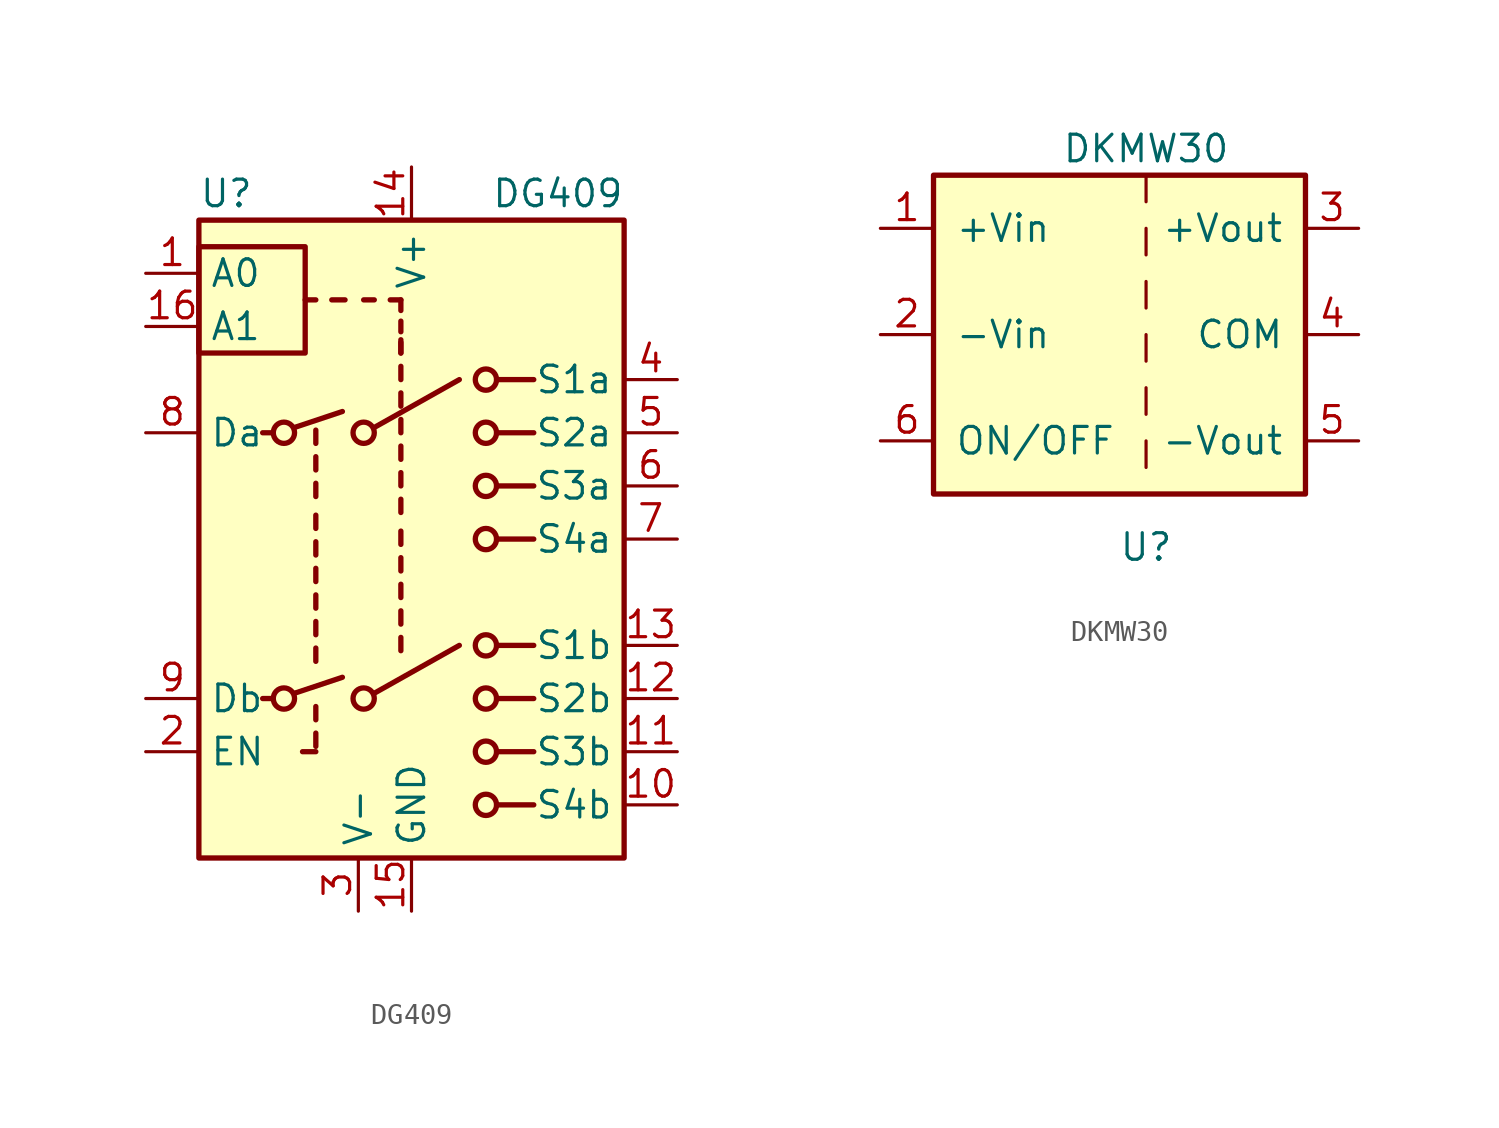
<source format=kicad_sym>
(kicad_symbol_lib
  (version 20231120)
  (generator "kicad_symbol_editor")
  (generator_version "8.0")
  (symbol "DG409"
    (property "Reference" "U"
      (at -10.16 16.51 0)
      (effects (font (size 1.27 1.27)) (justify left)))
    (property "Value" "DG409"
      (at 3.81 16.51 0)
      (effects (font (size 1.27 1.27)) (justify left)))
    (symbol "DG409_0_1"
      (rectangle (start -10.16 8.89) (end -5.08 13.97) (stroke (width 0.254) (type default)) (fill (type none)))
      (rectangle (start -10.16 15.24) (end 10.16 -15.24) (stroke (width 0.254) (type default)) (fill (type background)))
      (circle (center -6.096 -7.62) (radius 0.508) (stroke (width 0.254) (type default)) (fill (type none)))
      (circle (center -6.096 5.08) (radius 0.508) (stroke (width 0.254) (type default)) (fill (type none)))
      (circle (center -2.286 -7.62) (radius 0.508) (stroke (width 0.254) (type default)) (fill (type none)))
      (circle (center -2.286 5.08) (radius 0.508) (stroke (width 0.254) (type default)) (fill (type none)))
      (polyline (pts (xy -7.112 -7.62) (xy -6.604 -7.62)) (stroke (width 0.254) (type default)) (fill (type none)))
      (polyline (pts (xy -7.112 5.08) (xy -6.604 5.08)) (stroke (width 0.254) (type default)) (fill (type none)))
      (polyline (pts (xy -5.588 -7.366) (xy -3.302 -6.604)) (stroke (width 0.254) (type default)) (fill (type none)))
      (polyline (pts (xy -5.588 5.334) (xy -3.302 6.096)) (stroke (width 0.254) (type default)) (fill (type none)))
      (polyline (pts (xy -4.572 -10.16) (xy -5.207 -10.16)) (stroke (width 0.254) (type default)) (fill (type none)))
      (polyline (pts (xy -4.572 -9.906) (xy -4.572 -9.271)) (stroke (width 0.254) (type default)) (fill (type none)))
      (polyline (pts (xy -4.572 -8.636) (xy -4.572 -8.001)) (stroke (width 0.254) (type default)) (fill (type none)))
      (polyline (pts (xy -4.572 -5.842) (xy -4.572 -5.207)) (stroke (width 0.254) (type default)) (fill (type none)))
      (polyline (pts (xy -4.572 -4.572) (xy -4.572 -3.937)) (stroke (width 0.254) (type default)) (fill (type none)))
      (polyline (pts (xy -4.572 -3.302) (xy -4.572 -2.667)) (stroke (width 0.254) (type default)) (fill (type none)))
      (polyline (pts (xy -4.572 -2.032) (xy -4.572 -1.397)) (stroke (width 0.254) (type default)) (fill (type none)))
      (polyline (pts (xy -4.572 -0.762) (xy -4.572 -0.127)) (stroke (width 0.254) (type default)) (fill (type none)))
      (polyline (pts (xy -4.572 0.508) (xy -4.572 1.143)) (stroke (width 0.254) (type default)) (fill (type none)))
      (polyline (pts (xy -4.572 2.032) (xy -4.572 2.667)) (stroke (width 0.254) (type default)) (fill (type none)))
      (polyline (pts (xy -4.572 3.302) (xy -4.572 3.937)) (stroke (width 0.254) (type default)) (fill (type none)))
      (polyline (pts (xy -4.572 4.572) (xy -4.572 5.207)) (stroke (width 0.254) (type default)) (fill (type none)))
      (polyline (pts (xy -4.572 11.43) (xy -5.08 11.43)) (stroke (width 0.254) (type default)) (fill (type none)))
      (polyline (pts (xy -3.81 11.43) (xy -3.175 11.43)) (stroke (width 0.254) (type default)) (fill (type none)))
      (polyline (pts (xy -1.778 -7.366) (xy 2.286 -5.08)) (stroke (width 0.254) (type default)) (fill (type none)))
      (polyline (pts (xy -1.778 5.334) (xy 2.286 7.62)) (stroke (width 0.254) (type default)) (fill (type none)))
      (polyline (pts (xy -1.778 11.43) (xy -2.286 11.43)) (stroke (width 0.254) (type default)) (fill (type none)))
      (polyline (pts (xy -0.508 -5.334) (xy -0.508 -4.699)) (stroke (width 0.254) (type default)) (fill (type none)))
      (polyline (pts (xy -0.508 -4.064) (xy -0.508 -3.429)) (stroke (width 0.254) (type default)) (fill (type none)))
      (polyline (pts (xy -0.508 -2.794) (xy -0.508 -2.159)) (stroke (width 0.254) (type default)) (fill (type none)))
      (polyline (pts (xy -0.508 -1.524) (xy -0.508 -0.889)) (stroke (width 0.254) (type default)) (fill (type none)))
      (polyline (pts (xy -0.508 -0.254) (xy -0.508 0.381)) (stroke (width 0.254) (type default)) (fill (type none)))
      (polyline (pts (xy -0.508 1.27) (xy -0.508 1.905)) (stroke (width 0.254) (type default)) (fill (type none)))
      (polyline (pts (xy -0.508 2.54) (xy -0.508 3.175)) (stroke (width 0.254) (type default)) (fill (type none)))
      (polyline (pts (xy -0.508 3.81) (xy -0.508 4.445)) (stroke (width 0.254) (type default)) (fill (type none)))
      (polyline (pts (xy -0.508 5.08) (xy -0.508 5.715)) (stroke (width 0.254) (type default)) (fill (type none)))
      (polyline (pts (xy -0.508 6.35) (xy -0.508 6.985)) (stroke (width 0.254) (type default)) (fill (type none)))
      (polyline (pts (xy -0.508 7.62) (xy -0.508 8.255)) (stroke (width 0.254) (type default)) (fill (type none)))
      (polyline (pts (xy -0.508 8.89) (xy -0.508 9.398)) (stroke (width 0.254) (type default)) (fill (type none)))
      (polyline (pts (xy -0.508 8.89) (xy -0.508 9.525)) (stroke (width 0.254) (type default)) (fill (type none)))
      (polyline (pts (xy -0.508 9.906) (xy -0.508 10.414)) (stroke (width 0.254) (type default)) (fill (type none)))
      (polyline (pts (xy -0.508 10.922) (xy -0.508 11.43)) (stroke (width 0.254) (type default)) (fill (type none)))
      (polyline (pts (xy -0.508 11.43) (xy -1.016 11.43)) (stroke (width 0.254) (type default)) (fill (type none)))
      (polyline (pts (xy 4.064 -12.7) (xy 5.842 -12.7)) (stroke (width 0.254) (type default)) (fill (type none)))
      (polyline (pts (xy 4.064 -10.16) (xy 5.842 -10.16)) (stroke (width 0.254) (type default)) (fill (type none)))
      (polyline (pts (xy 4.064 -7.62) (xy 5.842 -7.62)) (stroke (width 0.254) (type default)) (fill (type none)))
      (polyline (pts (xy 4.064 -5.08) (xy 5.842 -5.08)) (stroke (width 0.254) (type default)) (fill (type none)))
      (polyline (pts (xy 4.064 0) (xy 5.842 0)) (stroke (width 0.254) (type default)) (fill (type none)))
      (polyline (pts (xy 4.064 2.54) (xy 5.842 2.54)) (stroke (width 0.254) (type default)) (fill (type none)))
      (polyline (pts (xy 4.064 5.08) (xy 5.842 5.08)) (stroke (width 0.254) (type default)) (fill (type none)))
      (polyline (pts (xy 4.064 7.62) (xy 5.842 7.62)) (stroke (width 0.254) (type default)) (fill (type none)))
      (circle (center 3.556 -12.7) (radius 0.508) (stroke (width 0.254) (type default)) (fill (type none)))
      (circle (center 3.556 -10.16) (radius 0.508) (stroke (width 0.254) (type default)) (fill (type none)))
      (circle (center 3.556 -7.62) (radius 0.508) (stroke (width 0.254) (type default)) (fill (type none)))
      (circle (center 3.556 -5.08) (radius 0.508) (stroke (width 0.254) (type default)) (fill (type none)))
      (circle (center 3.556 0) (radius 0.508) (stroke (width 0.254) (type default)) (fill (type none)))
      (circle (center 3.556 2.54) (radius 0.508) (stroke (width 0.254) (type default)) (fill (type none)))
      (circle (center 3.556 5.08) (radius 0.508) (stroke (width 0.254) (type default)) (fill (type none)))
      (circle (center 3.556 7.62) (radius 0.508) (stroke (width 0.254) (type default)) (fill (type none))))
    (symbol "DG409_1_1"
      (pin input line (at -12.7 12.7 0) (length 2.54) (name "A0" (effects (font (size 1.27 1.27)))) (number "1" (effects (font (size 1.27 1.27)))))
      (pin bidirectional line (at 12.7 -12.7 180) (length 2.54) (name "S4b" (effects (font (size 1.27 1.27)))) (number "10" (effects (font (size 1.27 1.27)))))
      (pin bidirectional line (at 12.7 -10.16 180) (length 2.54) (name "S3b" (effects (font (size 1.27 1.27)))) (number "11" (effects (font (size 1.27 1.27)))))
      (pin bidirectional line (at 12.7 -7.62 180) (length 2.54) (name "S2b" (effects (font (size 1.27 1.27)))) (number "12" (effects (font (size 1.27 1.27)))))
      (pin bidirectional line (at 12.7 -5.08 180) (length 2.54) (name "S1b" (effects (font (size 1.27 1.27)))) (number "13" (effects (font (size 1.27 1.27)))))
      (pin power_in line (at 0 17.78 270) (length 2.54) (name "V+" (effects (font (size 1.27 1.27)))) (number "14" (effects (font (size 1.27 1.27)))))
      (pin power_in line (at 0 -17.78 90) (length 2.54) (name "GND" (effects (font (size 1.27 1.27)))) (number "15" (effects (font (size 1.27 1.27)))))
      (pin input line (at -12.7 10.16 0) (length 2.54) (name "A1" (effects (font (size 1.27 1.27)))) (number "16" (effects (font (size 1.27 1.27)))))
      (pin input line (at -12.7 -10.16 0) (length 2.54) (name "EN" (effects (font (size 1.27 1.27)))) (number "2" (effects (font (size 1.27 1.27)))))
      (pin power_in line (at -2.54 -17.78 90) (length 2.54) (name "V-" (effects (font (size 1.27 1.27)))) (number "3" (effects (font (size 1.27 1.27)))))
      (pin bidirectional line (at 12.7 7.62 180) (length 2.54) (name "S1a" (effects (font (size 1.27 1.27)))) (number "4" (effects (font (size 1.27 1.27)))))
      (pin bidirectional line (at 12.7 5.08 180) (length 2.54) (name "S2a" (effects (font (size 1.27 1.27)))) (number "5" (effects (font (size 1.27 1.27)))))
      (pin bidirectional line (at 12.7 2.54 180) (length 2.54) (name "S3a" (effects (font (size 1.27 1.27)))) (number "6" (effects (font (size 1.27 1.27)))))
      (pin bidirectional line (at 12.7 0 180) (length 2.54) (name "S4a" (effects (font (size 1.27 1.27)))) (number "7" (effects (font (size 1.27 1.27)))))
      (pin bidirectional line (at -12.7 5.08 0) (length 2.54) (name "Da" (effects (font (size 1.27 1.27)))) (number "8" (effects (font (size 1.27 1.27)))))
      (pin bidirectional line (at -12.7 -7.62 0) (length 2.54) (name "Db" (effects (font (size 1.27 1.27)))) (number "9" (effects (font (size 1.27 1.27)))))))
  (symbol "DKMW30"
    (pin_names
      (offset 1.016))
    (property "Reference" "U"
      (at 0 -11.43 0)
      (effects (font (size 1.27 1.27))))
    (property "Value" "DKMW30"
      (at 0 7.62 0)
      (effects (font (size 1.27 1.27))))
    (symbol "DKMW30_0_1"
      (polyline (pts (xy 0 -6.35) (xy 0 -7.62)) (stroke (width 0) (type default)) (fill (type none)))
      (polyline (pts (xy 0 -3.81) (xy 0 -5.08)) (stroke (width 0) (type default)) (fill (type none))))
    (symbol "DKMW30_1_1"
      (rectangle (start -10.16 6.35) (end 7.62 -8.89) (stroke (width 0.254) (type default)) (fill (type background)))
      (polyline (pts (xy 0 -1.27) (xy 0 -2.54)) (stroke (width 0) (type default)) (fill (type none)))
      (polyline (pts (xy 0 1.27) (xy 0 0)) (stroke (width 0) (type default)) (fill (type none)))
      (polyline (pts (xy 0 3.81) (xy 0 2.54)) (stroke (width 0) (type default)) (fill (type none)))
      (polyline (pts (xy 0 6.35) (xy 0 5.08)) (stroke (width 0) (type default)) (fill (type none)))
      (pin power_in line (at -12.7 3.81 0) (length 2.54) (name "+Vin" (effects (font (size 1.27 1.27)))) (number "1" (effects (font (size 1.27 1.27)))))
      (pin power_in line (at -12.7 -1.27 0) (length 2.54) (name "-Vin" (effects (font (size 1.27 1.27)))) (number "2" (effects (font (size 1.27 1.27)))))
      (pin power_out line (at 10.16 3.81 180) (length 2.54) (name "+Vout" (effects (font (size 1.27 1.27)))) (number "3" (effects (font (size 1.27 1.27)))))
      (pin power_out line (at 10.16 -1.27 180) (length 2.54) (name "COM" (effects (font (size 1.27 1.27)))) (number "4" (effects (font (size 1.27 1.27)))))
      (pin power_out line (at 10.16 -6.35 180) (length 2.54) (name "-Vout" (effects (font (size 1.27 1.27)))) (number "5" (effects (font (size 1.27 1.27)))))
      (pin input line (at -12.7 -6.35 0) (length 2.54) (name "ON/OFF" (effects (font (size 1.27 1.27)))) (number "6" (effects (font (size 1.27 1.27))))))))
</source>
